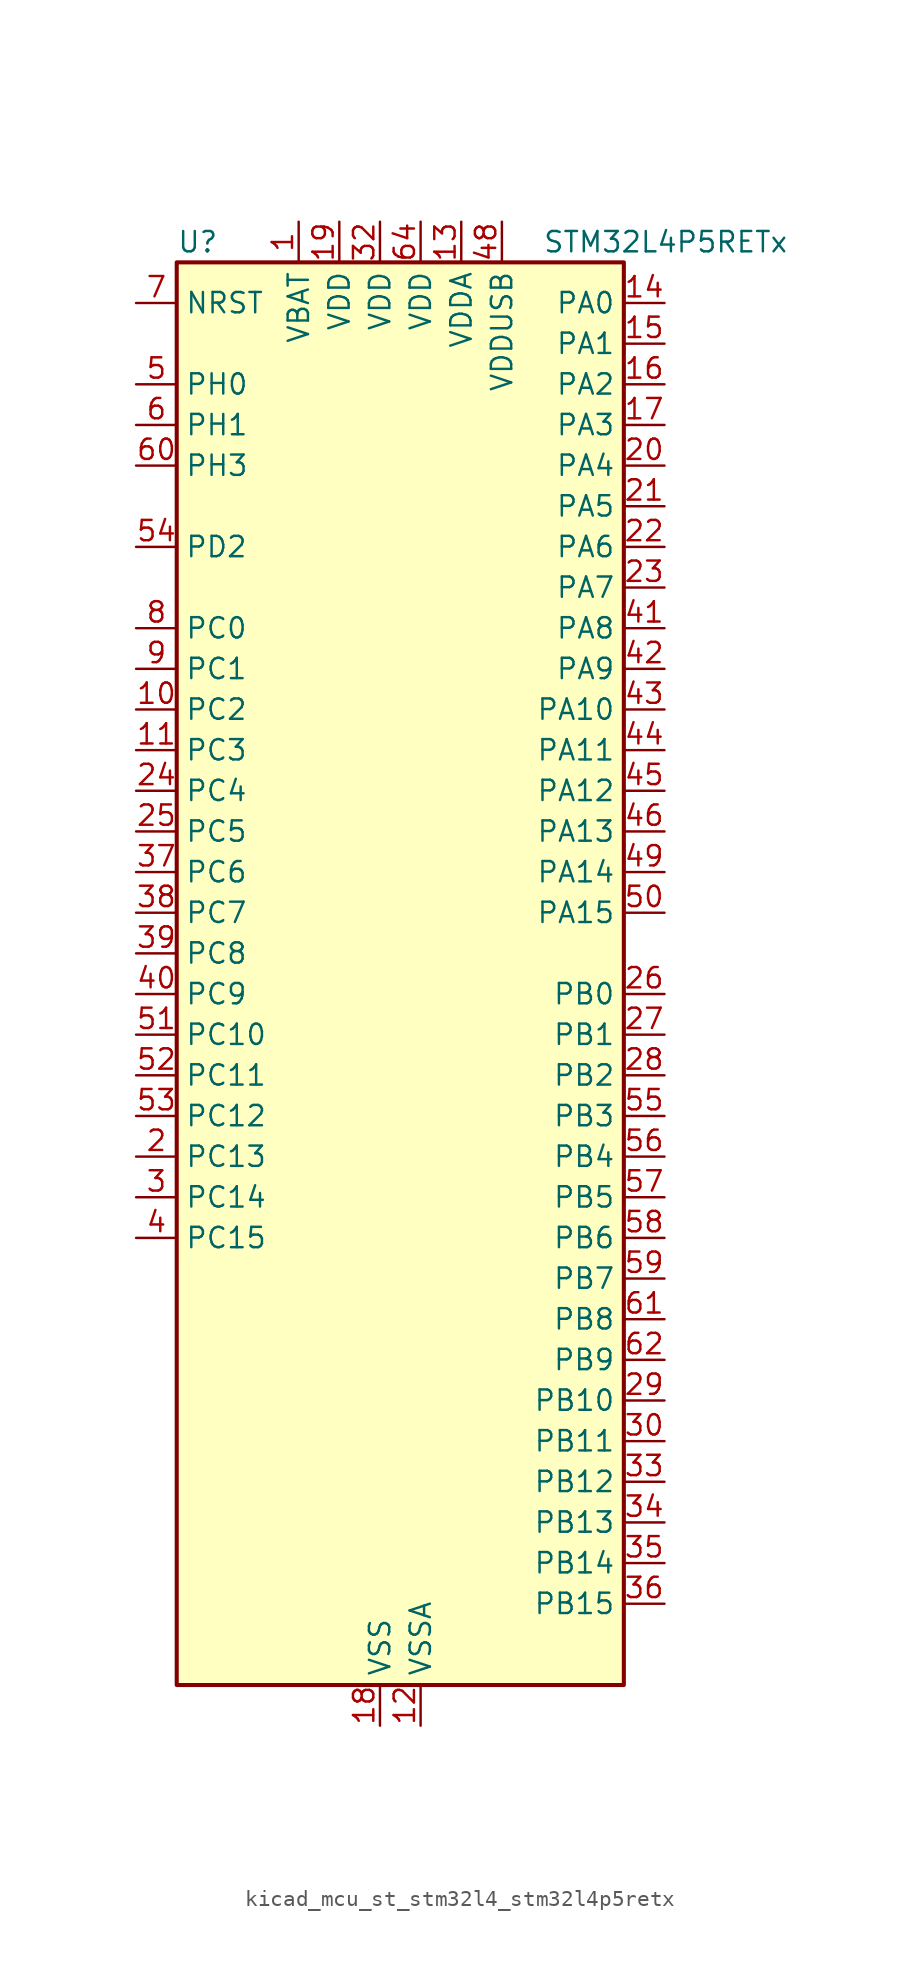
<source format=kicad_sym>
(kicad_symbol_lib
  (version 20220914)
  (generator kicad_symbol_editor)
  (symbol "kicad_mcu_st_stm32l4_stm32l4p5retx"
    (property "Reference" "U"
      (at -12.7 46.99 0)
      (effects (font (size 1.27 1.27)) (justify left)))
    (property "Value" "STM32L4P5RETx"
      (at 10.16 46.99 0)
      (effects (font (size 1.27 1.27)) (justify left)))
    (property "ki_locked" ""
      (at 0 0 0)
      (effects (font (size 1.27 1.27))))
    (symbol "kicad_mcu_st_stm32l4_stm32l4p5retx_0_1"
      (rectangle (start -12.7 -43.18) (end 15.24 45.72) (stroke (width 0.254) (type default)) (fill (type background))))
    (symbol "kicad_mcu_st_stm32l4_stm32l4p5retx_1_1"
      (pin power_in line (at -5.08 48.26 270) (length 2.54) (name "VBAT" (effects (font (size 1.27 1.27)))) (number "1" (effects (font (size 1.27 1.27)))))
      (pin bidirectional line (at -15.24 17.78 0) (length 2.54) (name "PC2" (effects (font (size 1.27 1.27)))) (number "10" (effects (font (size 1.27 1.27)))) (alternate "ADC1_IN3" bidirectional line) (alternate "ADC2_IN3" bidirectional line) (alternate "DFSDM1_CKOUT" bidirectional line) (alternate "LPTIM1_IN2" bidirectional line) (alternate "LTDC_HSYNC" bidirectional line) (alternate "OCTOSPIM_P1_IO5" bidirectional line) (alternate "SPI2_MISO" bidirectional line))
      (pin bidirectional line (at -15.24 15.24 0) (length 2.54) (name "PC3" (effects (font (size 1.27 1.27)))) (number "11" (effects (font (size 1.27 1.27)))) (alternate "ADC1_IN4" bidirectional line) (alternate "ADC2_IN4" bidirectional line) (alternate "LPTIM1_ETR" bidirectional line) (alternate "LPTIM2_ETR" bidirectional line) (alternate "OCTOSPIM_P1_IO6" bidirectional line) (alternate "SAI1_D1" bidirectional line) (alternate "SAI1_SD_A" bidirectional line) (alternate "SPI2_MOSI" bidirectional line))
      (pin power_in line (at 2.54 -45.72 90) (length 2.54) (name "VSSA" (effects (font (size 1.27 1.27)))) (number "12" (effects (font (size 1.27 1.27)))))
      (pin power_in line (at 5.08 48.26 270) (length 2.54) (name "VDDA" (effects (font (size 1.27 1.27)))) (number "13" (effects (font (size 1.27 1.27)))))
      (pin bidirectional line (at 17.78 43.18 180) (length 2.54) (name "PA0" (effects (font (size 1.27 1.27)))) (number "14" (effects (font (size 1.27 1.27)))) (alternate "ADC1_IN5" bidirectional line) (alternate "ADC2_IN5" bidirectional line) (alternate "OPAMP1_VINP" bidirectional line) (alternate "RTC_TAMP2" bidirectional line) (alternate "SAI1_EXTCLK" bidirectional line) (alternate "SYS_WKUP1" bidirectional line) (alternate "TIM2_CH1" bidirectional line) (alternate "TIM2_ETR" bidirectional line) (alternate "TIM5_CH1" bidirectional line) (alternate "TIM8_ETR" bidirectional line) (alternate "UART4_TX" bidirectional line) (alternate "USART2_CTS" bidirectional line) (alternate "USART2_NSS" bidirectional line))
      (pin bidirectional line (at 17.78 40.64 180) (length 2.54) (name "PA1" (effects (font (size 1.27 1.27)))) (number "15" (effects (font (size 1.27 1.27)))) (alternate "ADC1_IN6" bidirectional line) (alternate "ADC2_IN6" bidirectional line) (alternate "I2C1_SMBA" bidirectional line) (alternate "OCTOSPIM_P1_DQS" bidirectional line) (alternate "OPAMP1_VINM" bidirectional line) (alternate "SDMMC2_CMD" bidirectional line) (alternate "SPI1_SCK" bidirectional line) (alternate "TIM15_CH1N" bidirectional line) (alternate "TIM2_CH2" bidirectional line) (alternate "TIM5_CH2" bidirectional line) (alternate "UART4_RX" bidirectional line) (alternate "USART2_DE" bidirectional line) (alternate "USART2_RTS" bidirectional line))
      (pin bidirectional line (at 17.78 38.1 180) (length 2.54) (name "PA2" (effects (font (size 1.27 1.27)))) (number "16" (effects (font (size 1.27 1.27)))) (alternate "ADC1_IN7" bidirectional line) (alternate "ADC2_IN7" bidirectional line) (alternate "LPUART1_TX" bidirectional line) (alternate "OCTOSPIM_P1_NCS" bidirectional line) (alternate "RCC_LSCO" bidirectional line) (alternate "SAI2_EXTCLK" bidirectional line) (alternate "SYS_WKUP4" bidirectional line) (alternate "TIM15_CH1" bidirectional line) (alternate "TIM2_CH3" bidirectional line) (alternate "TIM5_CH3" bidirectional line) (alternate "USART2_TX" bidirectional line))
      (pin bidirectional line (at 17.78 35.56 180) (length 2.54) (name "PA3" (effects (font (size 1.27 1.27)))) (number "17" (effects (font (size 1.27 1.27)))) (alternate "ADC1_IN8" bidirectional line) (alternate "ADC2_IN8" bidirectional line) (alternate "LPUART1_RX" bidirectional line) (alternate "OCTOSPIM_P1_CLK" bidirectional line) (alternate "OPAMP1_VOUT" bidirectional line) (alternate "SAI1_CK1" bidirectional line) (alternate "SAI1_MCLK_A" bidirectional line) (alternate "TIM15_CH2" bidirectional line) (alternate "TIM2_CH4" bidirectional line) (alternate "TIM5_CH4" bidirectional line) (alternate "USART2_RX" bidirectional line))
      (pin power_in line (at 0 -45.72 90) (length 2.54) (name "VSS" (effects (font (size 1.27 1.27)))) (number "18" (effects (font (size 1.27 1.27)))))
      (pin power_in line (at -2.54 48.26 270) (length 2.54) (name "VDD" (effects (font (size 1.27 1.27)))) (number "19" (effects (font (size 1.27 1.27)))))
      (pin bidirectional line (at -15.24 -10.16 0) (length 2.54) (name "PC13" (effects (font (size 1.27 1.27)))) (number "2" (effects (font (size 1.27 1.27)))) (alternate "RTC_OUT1" bidirectional line) (alternate "RTC_TAMP1" bidirectional line) (alternate "RTC_TS" bidirectional line) (alternate "SYS_WKUP2" bidirectional line))
      (pin bidirectional line (at 17.78 33.02 180) (length 2.54) (name "PA4" (effects (font (size 1.27 1.27)))) (number "20" (effects (font (size 1.27 1.27)))) (alternate "ADC1_IN9" bidirectional line) (alternate "ADC2_IN9" bidirectional line) (alternate "DAC1_OUT1" bidirectional line) (alternate "DCMI_HSYNC" bidirectional line) (alternate "LPTIM2_OUT" bidirectional line) (alternate "LTDC_CLK" bidirectional line) (alternate "OCTOSPIM_P1_NCS" bidirectional line) (alternate "PSSI_DE" bidirectional line) (alternate "SAI1_FS_B" bidirectional line) (alternate "SPI1_NSS" bidirectional line) (alternate "SPI3_NSS" bidirectional line) (alternate "USART2_CK" bidirectional line))
      (pin bidirectional line (at 17.78 30.48 180) (length 2.54) (name "PA5" (effects (font (size 1.27 1.27)))) (number "21" (effects (font (size 1.27 1.27)))) (alternate "ADC1_IN10" bidirectional line) (alternate "ADC2_IN10" bidirectional line) (alternate "DAC1_OUT2" bidirectional line) (alternate "LPTIM2_ETR" bidirectional line) (alternate "LTDC_R7" bidirectional line) (alternate "PSSI_D14" bidirectional line) (alternate "SPI1_SCK" bidirectional line) (alternate "TIM2_CH1" bidirectional line) (alternate "TIM2_ETR" bidirectional line) (alternate "TIM8_CH1N" bidirectional line))
      (pin bidirectional line (at 17.78 27.94 180) (length 2.54) (name "PA6" (effects (font (size 1.27 1.27)))) (number "22" (effects (font (size 1.27 1.27)))) (alternate "ADC1_IN11" bidirectional line) (alternate "ADC2_IN11" bidirectional line) (alternate "DCMI_PIXCLK" bidirectional line) (alternate "LPUART1_CTS" bidirectional line) (alternate "OCTOSPIM_P1_IO3" bidirectional line) (alternate "OPAMP2_VINP" bidirectional line) (alternate "PSSI_PDCK" bidirectional line) (alternate "SPI1_MISO" bidirectional line) (alternate "TIM16_CH1" bidirectional line) (alternate "TIM1_BKIN" bidirectional line) (alternate "TIM3_CH1" bidirectional line) (alternate "TIM8_BKIN" bidirectional line) (alternate "USART3_CTS" bidirectional line) (alternate "USART3_NSS" bidirectional line))
      (pin bidirectional line (at 17.78 25.4 180) (length 2.54) (name "PA7" (effects (font (size 1.27 1.27)))) (number "23" (effects (font (size 1.27 1.27)))) (alternate "ADC1_IN12" bidirectional line) (alternate "ADC2_IN12" bidirectional line) (alternate "I2C3_SCL" bidirectional line) (alternate "OCTOSPIM_P1_IO2" bidirectional line) (alternate "OPAMP2_VINM" bidirectional line) (alternate "SPI1_MOSI" bidirectional line) (alternate "TIM17_CH1" bidirectional line) (alternate "TIM1_CH1N" bidirectional line) (alternate "TIM3_CH2" bidirectional line) (alternate "TIM8_CH1N" bidirectional line))
      (pin bidirectional line (at -15.24 12.7 0) (length 2.54) (name "PC4" (effects (font (size 1.27 1.27)))) (number "24" (effects (font (size 1.27 1.27)))) (alternate "ADC1_IN13" bidirectional line) (alternate "ADC2_IN13" bidirectional line) (alternate "COMP1_INM" bidirectional line) (alternate "OCTOSPIM_P1_IO7" bidirectional line) (alternate "OCTOSPIM_P2_NCS" bidirectional line) (alternate "USART3_TX" bidirectional line))
      (pin bidirectional line (at -15.24 10.16 0) (length 2.54) (name "PC5" (effects (font (size 1.27 1.27)))) (number "25" (effects (font (size 1.27 1.27)))) (alternate "ADC1_IN14" bidirectional line) (alternate "ADC2_IN14" bidirectional line) (alternate "COMP1_INP" bidirectional line) (alternate "LTDC_CLK" bidirectional line) (alternate "PSSI_D15" bidirectional line) (alternate "SAI1_D3" bidirectional line) (alternate "SYS_WKUP5" bidirectional line) (alternate "USART3_RX" bidirectional line))
      (pin bidirectional line (at 17.78 0 180) (length 2.54) (name "PB0" (effects (font (size 1.27 1.27)))) (number "26" (effects (font (size 1.27 1.27)))) (alternate "ADC1_IN15" bidirectional line) (alternate "ADC2_IN15" bidirectional line) (alternate "COMP1_OUT" bidirectional line) (alternate "LTDC_B6" bidirectional line) (alternate "OCTOSPIM_P1_IO1" bidirectional line) (alternate "OPAMP2_VOUT" bidirectional line) (alternate "SAI1_EXTCLK" bidirectional line) (alternate "SPI1_NSS" bidirectional line) (alternate "TIM1_CH2N" bidirectional line) (alternate "TIM3_CH3" bidirectional line) (alternate "TIM8_CH2N" bidirectional line) (alternate "USART3_CK" bidirectional line))
      (pin bidirectional line (at 17.78 -2.54 180) (length 2.54) (name "PB1" (effects (font (size 1.27 1.27)))) (number "27" (effects (font (size 1.27 1.27)))) (alternate "ADC1_IN16" bidirectional line) (alternate "ADC2_IN16" bidirectional line) (alternate "COMP1_INM" bidirectional line) (alternate "DFSDM1_DATIN0" bidirectional line) (alternate "LPTIM2_IN1" bidirectional line) (alternate "LPUART1_DE" bidirectional line) (alternate "LPUART1_RTS" bidirectional line) (alternate "LTDC_G6" bidirectional line) (alternate "OCTOSPIM_P1_IO0" bidirectional line) (alternate "TIM1_CH3N" bidirectional line) (alternate "TIM3_CH4" bidirectional line) (alternate "TIM8_CH3N" bidirectional line) (alternate "USART3_DE" bidirectional line) (alternate "USART3_RTS" bidirectional line))
      (pin bidirectional line (at 17.78 -5.08 180) (length 2.54) (name "PB2" (effects (font (size 1.27 1.27)))) (number "28" (effects (font (size 1.27 1.27)))) (alternate "COMP1_INP" bidirectional line) (alternate "DFSDM1_CKIN0" bidirectional line) (alternate "I2C3_SMBA" bidirectional line) (alternate "LPTIM1_OUT" bidirectional line) (alternate "OCTOSPIM_P1_DQS" bidirectional line) (alternate "RTC_OUT2" bidirectional line))
      (pin bidirectional line (at 17.78 -25.4 180) (length 2.54) (name "PB10" (effects (font (size 1.27 1.27)))) (number "29" (effects (font (size 1.27 1.27)))) (alternate "COMP1_OUT" bidirectional line) (alternate "I2C2_SCL" bidirectional line) (alternate "I2C4_SCL" bidirectional line) (alternate "LPUART1_RX" bidirectional line) (alternate "OCTOSPIM_P1_CLK" bidirectional line) (alternate "OCTOSPIM_P1_IO3" bidirectional line) (alternate "SAI1_SCK_A" bidirectional line) (alternate "SPI2_SCK" bidirectional line) (alternate "TIM2_CH3" bidirectional line) (alternate "TSC_SYNC" bidirectional line) (alternate "USART3_TX" bidirectional line))
      (pin bidirectional line (at -15.24 -12.7 0) (length 2.54) (name "PC14" (effects (font (size 1.27 1.27)))) (number "3" (effects (font (size 1.27 1.27)))) (alternate "RCC_OSC32_IN" bidirectional line))
      (pin bidirectional line (at 17.78 -27.94 180) (length 2.54) (name "PB11" (effects (font (size 1.27 1.27)))) (number "30" (effects (font (size 1.27 1.27)))) (alternate "ADC1_EXTI11" bidirectional line) (alternate "ADC2_EXTI11" bidirectional line) (alternate "COMP2_OUT" bidirectional line) (alternate "I2C2_SDA" bidirectional line) (alternate "I2C4_SDA" bidirectional line) (alternate "LPUART1_TX" bidirectional line) (alternate "LTDC_VSYNC" bidirectional line) (alternate "OCTOSPIM_P1_NCS" bidirectional line) (alternate "TIM2_CH4" bidirectional line) (alternate "USART3_RX" bidirectional line))
      (pin passive line (at 0 -45.72 90) (length 2.54) hide (name "VSS" (effects (font (size 1.27 1.27)))) (number "31" (effects (font (size 1.27 1.27)))))
      (pin power_in line (at 0 48.26 270) (length 2.54) (name "VDD" (effects (font (size 1.27 1.27)))) (number "32" (effects (font (size 1.27 1.27)))))
      (pin bidirectional line (at 17.78 -30.48 180) (length 2.54) (name "PB12" (effects (font (size 1.27 1.27)))) (number "33" (effects (font (size 1.27 1.27)))) (alternate "DFSDM1_DATIN1" bidirectional line) (alternate "I2C2_SMBA" bidirectional line) (alternate "LPUART1_DE" bidirectional line) (alternate "LPUART1_RTS" bidirectional line) (alternate "OCTOSPIM_P1_NCLK" bidirectional line) (alternate "SAI2_FS_A" bidirectional line) (alternate "SDMMC2_CK" bidirectional line) (alternate "SPI2_NSS" bidirectional line) (alternate "TIM15_BKIN" bidirectional line) (alternate "TIM1_BKIN" bidirectional line) (alternate "TSC_G1_IO1" bidirectional line) (alternate "USART3_CK" bidirectional line))
      (pin bidirectional line (at 17.78 -33.02 180) (length 2.54) (name "PB13" (effects (font (size 1.27 1.27)))) (number "34" (effects (font (size 1.27 1.27)))) (alternate "DFSDM1_CKIN1" bidirectional line) (alternate "I2C2_SCL" bidirectional line) (alternate "LPUART1_CTS" bidirectional line) (alternate "OCTOSPIM_P1_IO1" bidirectional line) (alternate "SAI2_SCK_A" bidirectional line) (alternate "SPI2_SCK" bidirectional line) (alternate "TIM15_CH1N" bidirectional line) (alternate "TIM1_CH1N" bidirectional line) (alternate "TSC_G1_IO2" bidirectional line) (alternate "USART3_CTS" bidirectional line) (alternate "USART3_NSS" bidirectional line))
      (pin bidirectional line (at 17.78 -35.56 180) (length 2.54) (name "PB14" (effects (font (size 1.27 1.27)))) (number "35" (effects (font (size 1.27 1.27)))) (alternate "DFSDM1_DATIN2" bidirectional line) (alternate "I2C2_SDA" bidirectional line) (alternate "OCTOSPIM_P1_IO6" bidirectional line) (alternate "SAI2_MCLK_A" bidirectional line) (alternate "SDMMC2_D0" bidirectional line) (alternate "SPI2_MISO" bidirectional line) (alternate "TIM15_CH1" bidirectional line) (alternate "TIM1_CH2N" bidirectional line) (alternate "TIM8_CH2N" bidirectional line) (alternate "TSC_G1_IO3" bidirectional line) (alternate "USART3_DE" bidirectional line) (alternate "USART3_RTS" bidirectional line))
      (pin bidirectional line (at 17.78 -38.1 180) (length 2.54) (name "PB15" (effects (font (size 1.27 1.27)))) (number "36" (effects (font (size 1.27 1.27)))) (alternate "ADC1_EXTI15" bidirectional line) (alternate "ADC2_EXTI15" bidirectional line) (alternate "DFSDM1_CKIN2" bidirectional line) (alternate "OCTOSPIM_P1_IO7" bidirectional line) (alternate "RTC_REFIN" bidirectional line) (alternate "SAI2_SD_A" bidirectional line) (alternate "SDMMC2_D1" bidirectional line) (alternate "SPI2_MOSI" bidirectional line) (alternate "TIM15_CH2" bidirectional line) (alternate "TIM1_CH3N" bidirectional line) (alternate "TIM8_CH3N" bidirectional line) (alternate "TSC_G1_IO4" bidirectional line))
      (pin bidirectional line (at -15.24 7.62 0) (length 2.54) (name "PC6" (effects (font (size 1.27 1.27)))) (number "37" (effects (font (size 1.27 1.27)))) (alternate "DCMI_D0" bidirectional line) (alternate "DFSDM1_CKIN3" bidirectional line) (alternate "LTDC_G7" bidirectional line) (alternate "PSSI_D0" bidirectional line) (alternate "SAI2_MCLK_A" bidirectional line) (alternate "SDMMC1_D0DIR" bidirectional line) (alternate "SDMMC1_D6" bidirectional line) (alternate "SDMMC2_D6" bidirectional line) (alternate "TIM3_CH1" bidirectional line) (alternate "TIM8_CH1" bidirectional line) (alternate "TSC_G4_IO1" bidirectional line))
      (pin bidirectional line (at -15.24 5.08 0) (length 2.54) (name "PC7" (effects (font (size 1.27 1.27)))) (number "38" (effects (font (size 1.27 1.27)))) (alternate "DCMI_D1" bidirectional line) (alternate "DFSDM1_DATIN3" bidirectional line) (alternate "LTDC_B6" bidirectional line) (alternate "PSSI_D1" bidirectional line) (alternate "SAI2_MCLK_B" bidirectional line) (alternate "SDMMC1_D123DIR" bidirectional line) (alternate "SDMMC1_D7" bidirectional line) (alternate "SDMMC2_D7" bidirectional line) (alternate "TIM3_CH2" bidirectional line) (alternate "TIM8_CH2" bidirectional line) (alternate "TSC_G4_IO2" bidirectional line))
      (pin bidirectional line (at -15.24 2.54 0) (length 2.54) (name "PC8" (effects (font (size 1.27 1.27)))) (number "39" (effects (font (size 1.27 1.27)))) (alternate "DCMI_D2" bidirectional line) (alternate "PSSI_D2" bidirectional line) (alternate "SDMMC1_D0" bidirectional line) (alternate "TIM3_CH3" bidirectional line) (alternate "TIM8_CH3" bidirectional line) (alternate "TSC_G4_IO3" bidirectional line))
      (pin bidirectional line (at -15.24 -15.24 0) (length 2.54) (name "PC15" (effects (font (size 1.27 1.27)))) (number "4" (effects (font (size 1.27 1.27)))) (alternate "ADC1_EXTI15" bidirectional line) (alternate "ADC2_EXTI15" bidirectional line) (alternate "RCC_OSC32_OUT" bidirectional line))
      (pin bidirectional line (at -15.24 0 0) (length 2.54) (name "PC9" (effects (font (size 1.27 1.27)))) (number "40" (effects (font (size 1.27 1.27)))) (alternate "DAC1_EXTI9" bidirectional line) (alternate "DCMI_D3" bidirectional line) (alternate "I2C3_SDA" bidirectional line) (alternate "PSSI_D3" bidirectional line) (alternate "SAI2_EXTCLK" bidirectional line) (alternate "SDMMC1_D1" bidirectional line) (alternate "SYS_TRACED0" bidirectional line) (alternate "TIM3_CH4" bidirectional line) (alternate "TIM8_BKIN2" bidirectional line) (alternate "TIM8_CH4" bidirectional line) (alternate "TSC_G4_IO4" bidirectional line) (alternate "USB_OTG_FS_NOE" bidirectional line))
      (pin bidirectional line (at 17.78 22.86 180) (length 2.54) (name "PA8" (effects (font (size 1.27 1.27)))) (number "41" (effects (font (size 1.27 1.27)))) (alternate "LPTIM2_OUT" bidirectional line) (alternate "LTDC_B7" bidirectional line) (alternate "RCC_MCO" bidirectional line) (alternate "SAI1_CK2" bidirectional line) (alternate "SAI1_SCK_A" bidirectional line) (alternate "TIM1_CH1" bidirectional line) (alternate "USART1_CK" bidirectional line) (alternate "USB_OTG_FS_SOF" bidirectional line))
      (pin bidirectional line (at 17.78 20.32 180) (length 2.54) (name "PA9" (effects (font (size 1.27 1.27)))) (number "42" (effects (font (size 1.27 1.27)))) (alternate "DAC1_EXTI9" bidirectional line) (alternate "DCMI_D0" bidirectional line) (alternate "LTDC_G7" bidirectional line) (alternate "PSSI_D0" bidirectional line) (alternate "SAI1_FS_A" bidirectional line) (alternate "SPI2_SCK" bidirectional line) (alternate "TIM15_BKIN" bidirectional line) (alternate "TIM1_CH2" bidirectional line) (alternate "USART1_TX" bidirectional line) (alternate "USB_OTG_FS_VBUS" bidirectional line))
      (pin bidirectional line (at 17.78 17.78 180) (length 2.54) (name "PA10" (effects (font (size 1.27 1.27)))) (number "43" (effects (font (size 1.27 1.27)))) (alternate "DCMI_D1" bidirectional line) (alternate "LTDC_G6" bidirectional line) (alternate "PSSI_D1" bidirectional line) (alternate "SAI1_D1" bidirectional line) (alternate "SAI1_SD_A" bidirectional line) (alternate "TIM17_BKIN" bidirectional line) (alternate "TIM1_CH3" bidirectional line) (alternate "USART1_RX" bidirectional line) (alternate "USB_OTG_FS_ID" bidirectional line))
      (pin bidirectional line (at 17.78 15.24 180) (length 2.54) (name "PA11" (effects (font (size 1.27 1.27)))) (number "44" (effects (font (size 1.27 1.27)))) (alternate "ADC1_EXTI11" bidirectional line) (alternate "ADC2_EXTI11" bidirectional line) (alternate "CAN1_RX" bidirectional line) (alternate "LTDC_DE" bidirectional line) (alternate "SPI1_MISO" bidirectional line) (alternate "TIM1_BKIN2" bidirectional line) (alternate "TIM1_CH4" bidirectional line) (alternate "USART1_CTS" bidirectional line) (alternate "USART1_NSS" bidirectional line) (alternate "USB_OTG_FS_DM" bidirectional line))
      (pin bidirectional line (at 17.78 12.7 180) (length 2.54) (name "PA12" (effects (font (size 1.27 1.27)))) (number "45" (effects (font (size 1.27 1.27)))) (alternate "CAN1_TX" bidirectional line) (alternate "LTDC_VSYNC" bidirectional line) (alternate "OCTOSPIM_P2_NCS" bidirectional line) (alternate "SPI1_MOSI" bidirectional line) (alternate "TIM1_ETR" bidirectional line) (alternate "USART1_DE" bidirectional line) (alternate "USART1_RTS" bidirectional line) (alternate "USB_OTG_FS_DP" bidirectional line))
      (pin bidirectional line (at 17.78 10.16 180) (length 2.54) (name "PA13" (effects (font (size 1.27 1.27)))) (number "46" (effects (font (size 1.27 1.27)))) (alternate "IR_OUT" bidirectional line) (alternate "SAI1_SD_B" bidirectional line) (alternate "SYS_JTMS-SWDIO" bidirectional line) (alternate "USB_OTG_FS_NOE" bidirectional line))
      (pin passive line (at 0 -45.72 90) (length 2.54) hide (name "VSS" (effects (font (size 1.27 1.27)))) (number "47" (effects (font (size 1.27 1.27)))))
      (pin power_in line (at 7.62 48.26 270) (length 2.54) (name "VDDUSB" (effects (font (size 1.27 1.27)))) (number "48" (effects (font (size 1.27 1.27)))))
      (pin bidirectional line (at 17.78 7.62 180) (length 2.54) (name "PA14" (effects (font (size 1.27 1.27)))) (number "49" (effects (font (size 1.27 1.27)))) (alternate "I2C1_SMBA" bidirectional line) (alternate "I2C4_SMBA" bidirectional line) (alternate "LPTIM1_OUT" bidirectional line) (alternate "SAI1_FS_B" bidirectional line) (alternate "SYS_JTCK-SWCLK" bidirectional line) (alternate "USB_OTG_FS_SOF" bidirectional line))
      (pin bidirectional line (at -15.24 38.1 0) (length 2.54) (name "PH0" (effects (font (size 1.27 1.27)))) (number "5" (effects (font (size 1.27 1.27)))) (alternate "RCC_OSC_IN" bidirectional line))
      (pin bidirectional line (at 17.78 5.08 180) (length 2.54) (name "PA15" (effects (font (size 1.27 1.27)))) (number "50" (effects (font (size 1.27 1.27)))) (alternate "ADC1_EXTI15" bidirectional line) (alternate "ADC2_EXTI15" bidirectional line) (alternate "LTDC_HSYNC" bidirectional line) (alternate "SAI2_FS_B" bidirectional line) (alternate "SPI1_NSS" bidirectional line) (alternate "SPI3_NSS" bidirectional line) (alternate "SYS_JTDI" bidirectional line) (alternate "TIM2_CH1" bidirectional line) (alternate "TIM2_ETR" bidirectional line) (alternate "TSC_G3_IO1" bidirectional line) (alternate "UART4_DE" bidirectional line) (alternate "UART4_RTS" bidirectional line) (alternate "USART2_RX" bidirectional line) (alternate "USART3_DE" bidirectional line) (alternate "USART3_RTS" bidirectional line))
      (pin bidirectional line (at -15.24 -2.54 0) (length 2.54) (name "PC10" (effects (font (size 1.27 1.27)))) (number "51" (effects (font (size 1.27 1.27)))) (alternate "DCMI_D8" bidirectional line) (alternate "DCMI_VSYNC" bidirectional line) (alternate "PSSI_D8" bidirectional line) (alternate "PSSI_RDY" bidirectional line) (alternate "SAI2_SCK_B" bidirectional line) (alternate "SDMMC1_D2" bidirectional line) (alternate "SPI3_SCK" bidirectional line) (alternate "SYS_TRACED1" bidirectional line) (alternate "TSC_G3_IO2" bidirectional line) (alternate "UART4_TX" bidirectional line) (alternate "USART3_TX" bidirectional line))
      (pin bidirectional line (at -15.24 -5.08 0) (length 2.54) (name "PC11" (effects (font (size 1.27 1.27)))) (number "52" (effects (font (size 1.27 1.27)))) (alternate "ADC1_EXTI11" bidirectional line) (alternate "ADC2_EXTI11" bidirectional line) (alternate "DCMI_D2" bidirectional line) (alternate "DCMI_D4" bidirectional line) (alternate "OCTOSPIM_P1_NCS" bidirectional line) (alternate "PSSI_D2" bidirectional line) (alternate "PSSI_D4" bidirectional line) (alternate "SAI2_MCLK_B" bidirectional line) (alternate "SDMMC1_D3" bidirectional line) (alternate "SPI3_MISO" bidirectional line) (alternate "TSC_G3_IO3" bidirectional line) (alternate "UART4_RX" bidirectional line) (alternate "USART3_RX" bidirectional line))
      (pin bidirectional line (at -15.24 -7.62 0) (length 2.54) (name "PC12" (effects (font (size 1.27 1.27)))) (number "53" (effects (font (size 1.27 1.27)))) (alternate "DCMI_D9" bidirectional line) (alternate "LTDC_R6" bidirectional line) (alternate "PSSI_D9" bidirectional line) (alternate "SAI2_SD_B" bidirectional line) (alternate "SDMMC1_CK" bidirectional line) (alternate "SPI3_MOSI" bidirectional line) (alternate "SYS_TRACED3" bidirectional line) (alternate "TSC_G3_IO4" bidirectional line) (alternate "USART3_CK" bidirectional line))
      (pin bidirectional line (at -15.24 27.94 0) (length 2.54) (name "PD2" (effects (font (size 1.27 1.27)))) (number "54" (effects (font (size 1.27 1.27)))) (alternate "DCMI_D11" bidirectional line) (alternate "PSSI_D11" bidirectional line) (alternate "SDMMC1_CMD" bidirectional line) (alternate "SYS_TRACED2" bidirectional line) (alternate "TIM3_ETR" bidirectional line) (alternate "TSC_SYNC" bidirectional line) (alternate "USART3_DE" bidirectional line) (alternate "USART3_RTS" bidirectional line))
      (pin bidirectional line (at 17.78 -7.62 180) (length 2.54) (name "PB3" (effects (font (size 1.27 1.27)))) (number "55" (effects (font (size 1.27 1.27)))) (alternate "COMP2_INM" bidirectional line) (alternate "CRS_SYNC" bidirectional line) (alternate "OCTOSPIM_P1_IO4" bidirectional line) (alternate "SAI1_SCK_B" bidirectional line) (alternate "SDMMC2_D2" bidirectional line) (alternate "SPI1_SCK" bidirectional line) (alternate "SPI3_SCK" bidirectional line) (alternate "SYS_JTDO-SWO" bidirectional line) (alternate "TIM2_CH2" bidirectional line) (alternate "USART1_DE" bidirectional line) (alternate "USART1_RTS" bidirectional line))
      (pin bidirectional line (at 17.78 -10.16 180) (length 2.54) (name "PB4" (effects (font (size 1.27 1.27)))) (number "56" (effects (font (size 1.27 1.27)))) (alternate "COMP2_INP" bidirectional line) (alternate "DCMI_D12" bidirectional line) (alternate "I2C3_SDA" bidirectional line) (alternate "OCTOSPIM_P1_IO5" bidirectional line) (alternate "PSSI_D12" bidirectional line) (alternate "SAI1_MCLK_B" bidirectional line) (alternate "SDMMC2_D3" bidirectional line) (alternate "SPI1_MISO" bidirectional line) (alternate "SPI3_MISO" bidirectional line) (alternate "SYS_JTRST" bidirectional line) (alternate "TIM17_BKIN" bidirectional line) (alternate "TIM3_CH1" bidirectional line) (alternate "TSC_G2_IO1" bidirectional line) (alternate "USART1_CTS" bidirectional line) (alternate "USART1_NSS" bidirectional line))
      (pin bidirectional line (at 17.78 -12.7 180) (length 2.54) (name "PB5" (effects (font (size 1.27 1.27)))) (number "57" (effects (font (size 1.27 1.27)))) (alternate "COMP2_OUT" bidirectional line) (alternate "DCMI_D10" bidirectional line) (alternate "I2C1_SMBA" bidirectional line) (alternate "LPTIM1_IN1" bidirectional line) (alternate "OCTOSPIM_P1_IO0" bidirectional line) (alternate "PSSI_D10" bidirectional line) (alternate "SAI1_SD_B" bidirectional line) (alternate "SPI1_MOSI" bidirectional line) (alternate "SPI3_MOSI" bidirectional line) (alternate "TIM16_BKIN" bidirectional line) (alternate "TIM3_CH2" bidirectional line) (alternate "TSC_G2_IO2" bidirectional line) (alternate "USART1_CK" bidirectional line))
      (pin bidirectional line (at 17.78 -15.24 180) (length 2.54) (name "PB6" (effects (font (size 1.27 1.27)))) (number "58" (effects (font (size 1.27 1.27)))) (alternate "COMP2_INP" bidirectional line) (alternate "DCMI_D5" bidirectional line) (alternate "I2C1_SCL" bidirectional line) (alternate "I2C4_SCL" bidirectional line) (alternate "LPTIM1_ETR" bidirectional line) (alternate "LTDC_R6" bidirectional line) (alternate "PSSI_D5" bidirectional line) (alternate "SAI1_FS_B" bidirectional line) (alternate "TIM16_CH1N" bidirectional line) (alternate "TIM4_CH1" bidirectional line) (alternate "TIM8_BKIN2" bidirectional line) (alternate "TSC_G2_IO3" bidirectional line) (alternate "USART1_TX" bidirectional line))
      (pin bidirectional line (at 17.78 -17.78 180) (length 2.54) (name "PB7" (effects (font (size 1.27 1.27)))) (number "59" (effects (font (size 1.27 1.27)))) (alternate "COMP2_INM" bidirectional line) (alternate "DCMI_VSYNC" bidirectional line) (alternate "I2C1_SDA" bidirectional line) (alternate "I2C4_SDA" bidirectional line) (alternate "LPTIM1_IN2" bidirectional line) (alternate "LTDC_VSYNC" bidirectional line) (alternate "PSSI_RDY" bidirectional line) (alternate "SYS_PVD_IN" bidirectional line) (alternate "TIM17_CH1N" bidirectional line) (alternate "TIM4_CH2" bidirectional line) (alternate "TIM8_BKIN" bidirectional line) (alternate "TSC_G2_IO4" bidirectional line) (alternate "UART4_CTS" bidirectional line) (alternate "USART1_RX" bidirectional line))
      (pin bidirectional line (at -15.24 35.56 0) (length 2.54) (name "PH1" (effects (font (size 1.27 1.27)))) (number "6" (effects (font (size 1.27 1.27)))) (alternate "RCC_OSC_OUT" bidirectional line))
      (pin bidirectional line (at -15.24 33.02 0) (length 2.54) (name "PH3" (effects (font (size 1.27 1.27)))) (number "60" (effects (font (size 1.27 1.27)))))
      (pin bidirectional line (at 17.78 -20.32 180) (length 2.54) (name "PB8" (effects (font (size 1.27 1.27)))) (number "61" (effects (font (size 1.27 1.27)))) (alternate "CAN1_RX" bidirectional line) (alternate "DCMI_D6" bidirectional line) (alternate "DFSDM1_CKOUT" bidirectional line) (alternate "I2C1_SCL" bidirectional line) (alternate "LTDC_DE" bidirectional line) (alternate "PSSI_D6" bidirectional line) (alternate "SAI1_CK1" bidirectional line) (alternate "SAI1_MCLK_A" bidirectional line) (alternate "SDMMC1_CKIN" bidirectional line) (alternate "SDMMC1_D4" bidirectional line) (alternate "SDMMC2_D4" bidirectional line) (alternate "TIM16_CH1" bidirectional line) (alternate "TIM4_CH3" bidirectional line))
      (pin bidirectional line (at 17.78 -22.86 180) (length 2.54) (name "PB9" (effects (font (size 1.27 1.27)))) (number "62" (effects (font (size 1.27 1.27)))) (alternate "CAN1_TX" bidirectional line) (alternate "DAC1_EXTI9" bidirectional line) (alternate "DCMI_D7" bidirectional line) (alternate "I2C1_SDA" bidirectional line) (alternate "IR_OUT" bidirectional line) (alternate "PSSI_D7" bidirectional line) (alternate "SAI1_D2" bidirectional line) (alternate "SAI1_FS_A" bidirectional line) (alternate "SDMMC1_CDIR" bidirectional line) (alternate "SDMMC1_D5" bidirectional line) (alternate "SDMMC2_D5" bidirectional line) (alternate "SPI2_NSS" bidirectional line) (alternate "TIM17_CH1" bidirectional line) (alternate "TIM4_CH4" bidirectional line))
      (pin passive line (at 0 -45.72 90) (length 2.54) hide (name "VSS" (effects (font (size 1.27 1.27)))) (number "63" (effects (font (size 1.27 1.27)))))
      (pin power_in line (at 2.54 48.26 270) (length 2.54) (name "VDD" (effects (font (size 1.27 1.27)))) (number "64" (effects (font (size 1.27 1.27)))))
      (pin input line (at -15.24 43.18 0) (length 2.54) (name "NRST" (effects (font (size 1.27 1.27)))) (number "7" (effects (font (size 1.27 1.27)))))
      (pin bidirectional line (at -15.24 22.86 0) (length 2.54) (name "PC0" (effects (font (size 1.27 1.27)))) (number "8" (effects (font (size 1.27 1.27)))) (alternate "ADC1_IN1" bidirectional line) (alternate "ADC2_IN1" bidirectional line) (alternate "I2C3_SCL" bidirectional line) (alternate "LPTIM1_IN1" bidirectional line) (alternate "LPTIM2_IN1" bidirectional line) (alternate "LPUART1_RX" bidirectional line) (alternate "LTDC_DE" bidirectional line) (alternate "SAI2_FS_A" bidirectional line) (alternate "SDMMC1_CMD" bidirectional line) (alternate "SDMMC2_CKIN" bidirectional line))
      (pin bidirectional line (at -15.24 20.32 0) (length 2.54) (name "PC1" (effects (font (size 1.27 1.27)))) (number "9" (effects (font (size 1.27 1.27)))) (alternate "ADC1_IN2" bidirectional line) (alternate "ADC2_IN2" bidirectional line) (alternate "I2C3_SDA" bidirectional line) (alternate "LPTIM1_OUT" bidirectional line) (alternate "LPUART1_TX" bidirectional line) (alternate "OCTOSPIM_P1_IO4" bidirectional line) (alternate "SAI1_SD_A" bidirectional line) (alternate "SPI2_MOSI" bidirectional line) (alternate "SYS_TRACED0" bidirectional line)))))
</source>
